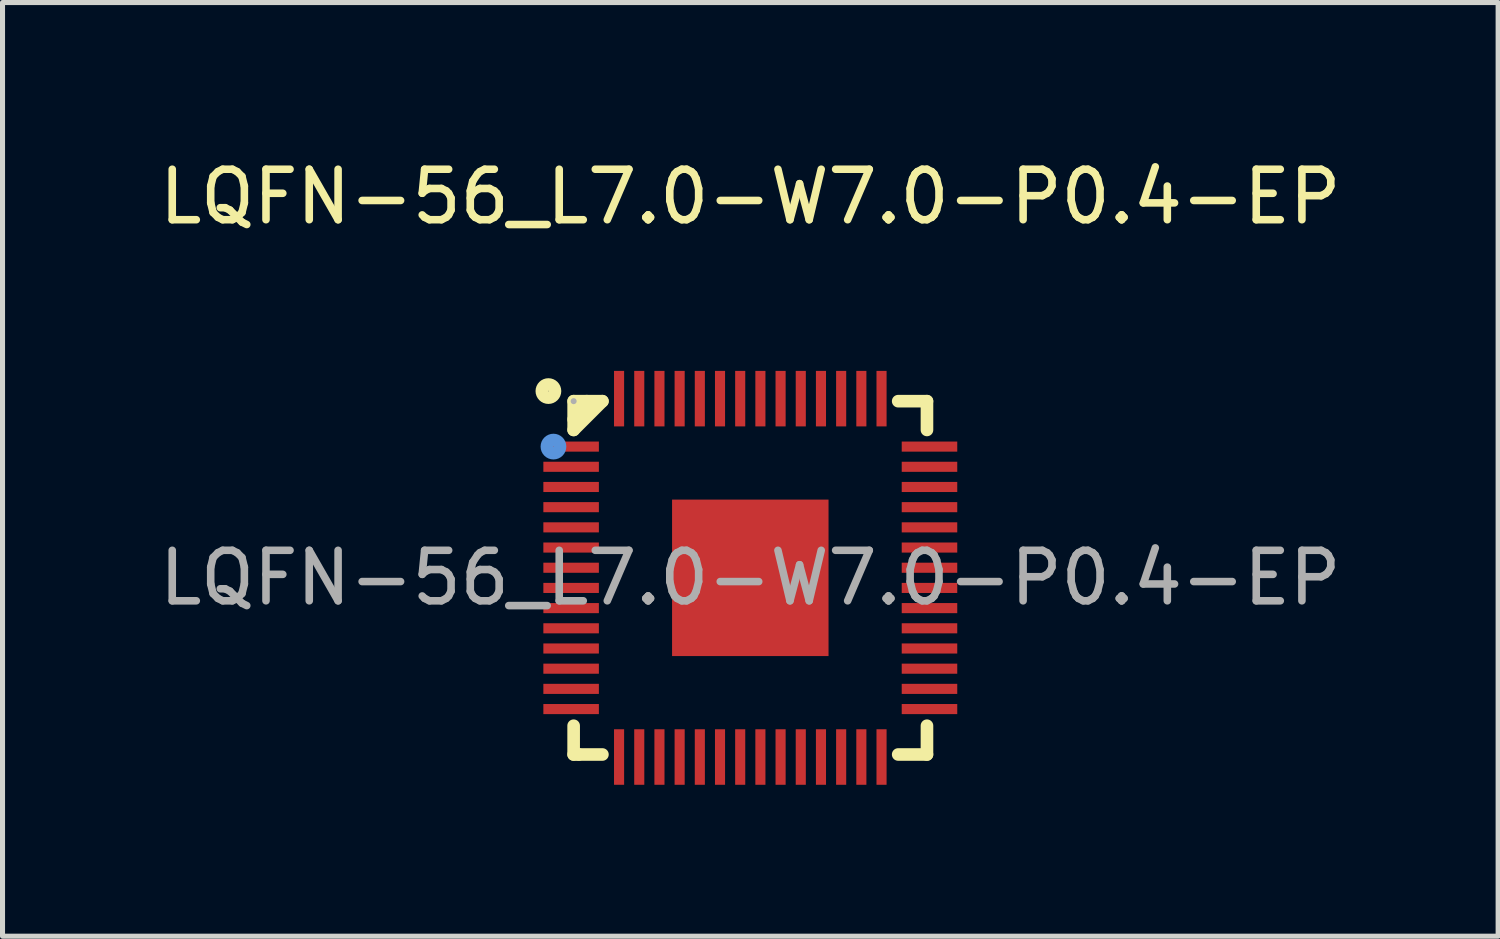
<source format=kicad_pcb>
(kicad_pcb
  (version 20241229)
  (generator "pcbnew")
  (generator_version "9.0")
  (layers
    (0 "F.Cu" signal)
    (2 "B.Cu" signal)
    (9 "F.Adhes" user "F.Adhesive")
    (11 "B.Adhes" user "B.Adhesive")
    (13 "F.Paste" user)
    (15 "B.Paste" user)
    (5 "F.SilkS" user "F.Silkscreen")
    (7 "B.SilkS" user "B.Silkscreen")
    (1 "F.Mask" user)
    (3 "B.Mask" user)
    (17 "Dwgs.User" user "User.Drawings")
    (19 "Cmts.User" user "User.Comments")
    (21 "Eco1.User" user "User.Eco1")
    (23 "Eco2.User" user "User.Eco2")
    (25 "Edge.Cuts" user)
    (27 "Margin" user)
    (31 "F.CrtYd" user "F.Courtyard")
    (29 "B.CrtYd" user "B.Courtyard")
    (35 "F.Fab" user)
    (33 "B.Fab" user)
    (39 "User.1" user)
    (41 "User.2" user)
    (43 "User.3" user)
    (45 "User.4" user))
  (footprint "LQFN-56_L7.0-W7.0-P0.4-EP"
    (layer "F.Cu")
    (at 11.815 8.398)
    (property "Reference" "LQFN-56_L7.0-W7.0-P0.4-EP" (at 0 -7.55 0) (layer "F.SilkS") (effects (font (size 1 1) (thickness 0.15))))
    (attr through_hole)
    (fp_line (start -3.5 -3.5) (end -2.93 -3.5) (stroke (width 0.25) (type solid)) (layer "F.SilkS"))
    (fp_line (start -3.5 -2.93) (end -3.5 -3.5) (stroke (width 0.25) (type solid)) (layer "F.SilkS"))
    (fp_line (start -3.5 -2.93) (end -2.93 -3.5) (stroke (width 0.25) (type solid)) (layer "F.SilkS"))
    (fp_line (start -3.5 3.5) (end -3.5 2.93) (stroke (width 0.25) (type solid)) (layer "F.SilkS"))
    (fp_line (start -3.4 3.5) (end -3.5 3.5) (stroke (width 0.25) (type solid)) (layer "F.SilkS"))
    (fp_line (start -3.24 -3.5) (end -3.24 -3.4) (stroke (width 0.25) (type solid)) (layer "F.SilkS"))
    (fp_line (start -3.24 -3.4) (end -3.5 -3.14) (stroke (width 0.25) (type solid)) (layer "F.SilkS"))
    (fp_line (start -2.93 3.5) (end -3.4 3.5) (stroke (width 0.25) (type solid)) (layer "F.SilkS"))
    (fp_line (start 2.93 -3.5) (end 3.5 -3.5) (stroke (width 0.25) (type solid)) (layer "F.SilkS"))
    (fp_line (start 3.5 -3.5) (end 3.5 -2.93) (stroke (width 0.25) (type solid)) (layer "F.SilkS"))
    (fp_line (start 3.5 2.93) (end 3.5 3.5) (stroke (width 0.25) (type solid)) (layer "F.SilkS"))
    (fp_line (start 3.5 3.5) (end 2.93 3.5) (stroke (width 0.25) (type solid)) (layer "F.SilkS"))
    (fp_circle (center -4 -3.7) (end -3.87 -3.7) (stroke (width 0.25) (type solid)) (fill no) (layer "F.SilkS"))
    (fp_circle (center -3.9 -2.6) (end -3.77 -2.6) (stroke (width 0.25) (type solid)) (fill no) (layer "Cmts.User"))
    (fp_circle (center -3.5 -3.5) (end -3.47 -3.5) (stroke (width 0.06) (type solid)) (fill no) (layer "F.Fab"))
    (fp_text user "${REFERENCE}" (at 0 0 0) (layer "F.Fab") (effects (font (size 1 1) (thickness 0.15))))
    (pad "1" smd rect (at -3.55 -2.6) (size 1.1 0.2) (layers "F.Cu" "F.Mask" "F.Paste"))
    (pad "2" smd rect (at -3.55 -2.2) (size 1.1 0.2) (layers "F.Cu" "F.Mask" "F.Paste"))
    (pad "3" smd rect (at -3.55 -1.8) (size 1.1 0.2) (layers "F.Cu" "F.Mask" "F.Paste"))
    (pad "4" smd rect (at -3.55 -1.4) (size 1.1 0.2) (layers "F.Cu" "F.Mask" "F.Paste"))
    (pad "5" smd rect (at -3.55 -1) (size 1.1 0.2) (layers "F.Cu" "F.Mask" "F.Paste"))
    (pad "6" smd rect (at -3.55 -0.6) (size 1.1 0.2) (layers "F.Cu" "F.Mask" "F.Paste"))
    (pad "7" smd rect (at -3.55 -0.2) (size 1.1 0.2) (layers "F.Cu" "F.Mask" "F.Paste"))
    (pad "8" smd rect (at -3.55 0.2) (size 1.1 0.2) (layers "F.Cu" "F.Mask" "F.Paste"))
    (pad "9" smd rect (at -3.55 0.6) (size 1.1 0.2) (layers "F.Cu" "F.Mask" "F.Paste"))
    (pad "10" smd rect (at -3.55 1) (size 1.1 0.2) (layers "F.Cu" "F.Mask" "F.Paste"))
    (pad "11" smd rect (at -3.55 1.4) (size 1.1 0.2) (layers "F.Cu" "F.Mask" "F.Paste"))
    (pad "12" smd rect (at -3.55 1.8) (size 1.1 0.2) (layers "F.Cu" "F.Mask" "F.Paste"))
    (pad "13" smd rect (at -3.55 2.2) (size 1.1 0.2) (layers "F.Cu" "F.Mask" "F.Paste"))
    (pad "14" smd rect (at -3.55 2.6) (size 1.1 0.2) (layers "F.Cu" "F.Mask" "F.Paste"))
    (pad "15" smd rect (at -2.6 3.55 90) (size 1.1 0.2) (layers "F.Cu" "F.Mask" "F.Paste"))
    (pad "16" smd rect (at -2.2 3.55 90) (size 1.1 0.2) (layers "F.Cu" "F.Mask" "F.Paste"))
    (pad "17" smd rect (at -1.8 3.55 90) (size 1.1 0.2) (layers "F.Cu" "F.Mask" "F.Paste"))
    (pad "18" smd rect (at -1.4 3.55 90) (size 1.1 0.2) (layers "F.Cu" "F.Mask" "F.Paste"))
    (pad "19" smd rect (at -1 3.55 90) (size 1.1 0.2) (layers "F.Cu" "F.Mask" "F.Paste"))
    (pad "20" smd rect (at -0.6 3.55 90) (size 1.1 0.2) (layers "F.Cu" "F.Mask" "F.Paste"))
    (pad "21" smd rect (at -0.2 3.55 90) (size 1.1 0.2) (layers "F.Cu" "F.Mask" "F.Paste"))
    (pad "22" smd rect (at 0.2 3.55 90) (size 1.1 0.2) (layers "F.Cu" "F.Mask" "F.Paste"))
    (pad "23" smd rect (at 0.6 3.55 90) (size 1.1 0.2) (layers "F.Cu" "F.Mask" "F.Paste"))
    (pad "24" smd rect (at 1 3.55 90) (size 1.1 0.2) (layers "F.Cu" "F.Mask" "F.Paste"))
    (pad "25" smd rect (at 1.4 3.55 90) (size 1.1 0.2) (layers "F.Cu" "F.Mask" "F.Paste"))
    (pad "26" smd rect (at 1.8 3.55 90) (size 1.1 0.2) (layers "F.Cu" "F.Mask" "F.Paste"))
    (pad "27" smd rect (at 2.2 3.55 90) (size 1.1 0.2) (layers "F.Cu" "F.Mask" "F.Paste"))
    (pad "28" smd rect (at 2.6 3.55 90) (size 1.1 0.2) (layers "F.Cu" "F.Mask" "F.Paste"))
    (pad "29" smd rect (at 3.55 2.6 180) (size 1.1 0.2) (layers "F.Cu" "F.Mask" "F.Paste"))
    (pad "30" smd rect (at 3.55 2.2 180) (size 1.1 0.2) (layers "F.Cu" "F.Mask" "F.Paste"))
    (pad "31" smd rect (at 3.55 1.8 180) (size 1.1 0.2) (layers "F.Cu" "F.Mask" "F.Paste"))
    (pad "32" smd rect (at 3.55 1.4 180) (size 1.1 0.2) (layers "F.Cu" "F.Mask" "F.Paste"))
    (pad "33" smd rect (at 3.55 1 180) (size 1.1 0.2) (layers "F.Cu" "F.Mask" "F.Paste"))
    (pad "34" smd rect (at 3.55 0.6 180) (size 1.1 0.2) (layers "F.Cu" "F.Mask" "F.Paste"))
    (pad "35" smd rect (at 3.55 0.2 180) (size 1.1 0.2) (layers "F.Cu" "F.Mask" "F.Paste"))
    (pad "36" smd rect (at 3.55 -0.2 180) (size 1.1 0.2) (layers "F.Cu" "F.Mask" "F.Paste"))
    (pad "37" smd rect (at 3.55 -0.6 180) (size 1.1 0.2) (layers "F.Cu" "F.Mask" "F.Paste"))
    (pad "38" smd rect (at 3.55 -1 180) (size 1.1 0.2) (layers "F.Cu" "F.Mask" "F.Paste"))
    (pad "39" smd rect (at 3.55 -1.4 180) (size 1.1 0.2) (layers "F.Cu" "F.Mask" "F.Paste"))
    (pad "40" smd rect (at 3.55 -1.8 180) (size 1.1 0.2) (layers "F.Cu" "F.Mask" "F.Paste"))
    (pad "41" smd rect (at 3.55 -2.2 180) (size 1.1 0.2) (layers "F.Cu" "F.Mask" "F.Paste"))
    (pad "42" smd rect (at 3.55 -2.6 180) (size 1.1 0.2) (layers "F.Cu" "F.Mask" "F.Paste"))
    (pad "43" smd rect (at 2.6 -3.55 270) (size 1.1 0.2) (layers "F.Cu" "F.Mask" "F.Paste"))
    (pad "44" smd rect (at 2.2 -3.55 270) (size 1.1 0.2) (layers "F.Cu" "F.Mask" "F.Paste"))
    (pad "45" smd rect (at 1.8 -3.55 270) (size 1.1 0.2) (layers "F.Cu" "F.Mask" "F.Paste"))
    (pad "46" smd rect (at 1.4 -3.55 270) (size 1.1 0.2) (layers "F.Cu" "F.Mask" "F.Paste"))
    (pad "47" smd rect (at 1 -3.55 270) (size 1.1 0.2) (layers "F.Cu" "F.Mask" "F.Paste"))
    (pad "48" smd rect (at 0.6 -3.55 270) (size 1.1 0.2) (layers "F.Cu" "F.Mask" "F.Paste"))
    (pad "49" smd rect (at 0.2 -3.55 270) (size 1.1 0.2) (layers "F.Cu" "F.Mask" "F.Paste"))
    (pad "50" smd rect (at -0.2 -3.55 270) (size 1.1 0.2) (layers "F.Cu" "F.Mask" "F.Paste"))
    (pad "51" smd rect (at -0.6 -3.55 270) (size 1.1 0.2) (layers "F.Cu" "F.Mask" "F.Paste"))
    (pad "52" smd rect (at -1 -3.55 270) (size 1.1 0.2) (layers "F.Cu" "F.Mask" "F.Paste"))
    (pad "53" smd rect (at -1.4 -3.55 270) (size 1.1 0.2) (layers "F.Cu" "F.Mask" "F.Paste"))
    (pad "54" smd rect (at -1.8 -3.55 270) (size 1.1 0.2) (layers "F.Cu" "F.Mask" "F.Paste"))
    (pad "55" smd rect (at -2.2 -3.55 270) (size 1.1 0.2) (layers "F.Cu" "F.Mask" "F.Paste"))
    (pad "56" smd rect (at -2.6 -3.55 270) (size 1.1 0.2) (layers "F.Cu" "F.Mask" "F.Paste"))
    (pad "57" smd rect (at 0 0) (size 3.1 3.1) (layers "F.Cu" "F.Mask" "F.Paste")))
  (gr_rect
    (start -3 -3)
    (end 26.631 15.498)
    (stroke (width 0.1) (type default))
    (fill no)
    (layer "Edge.Cuts")))
</source>
